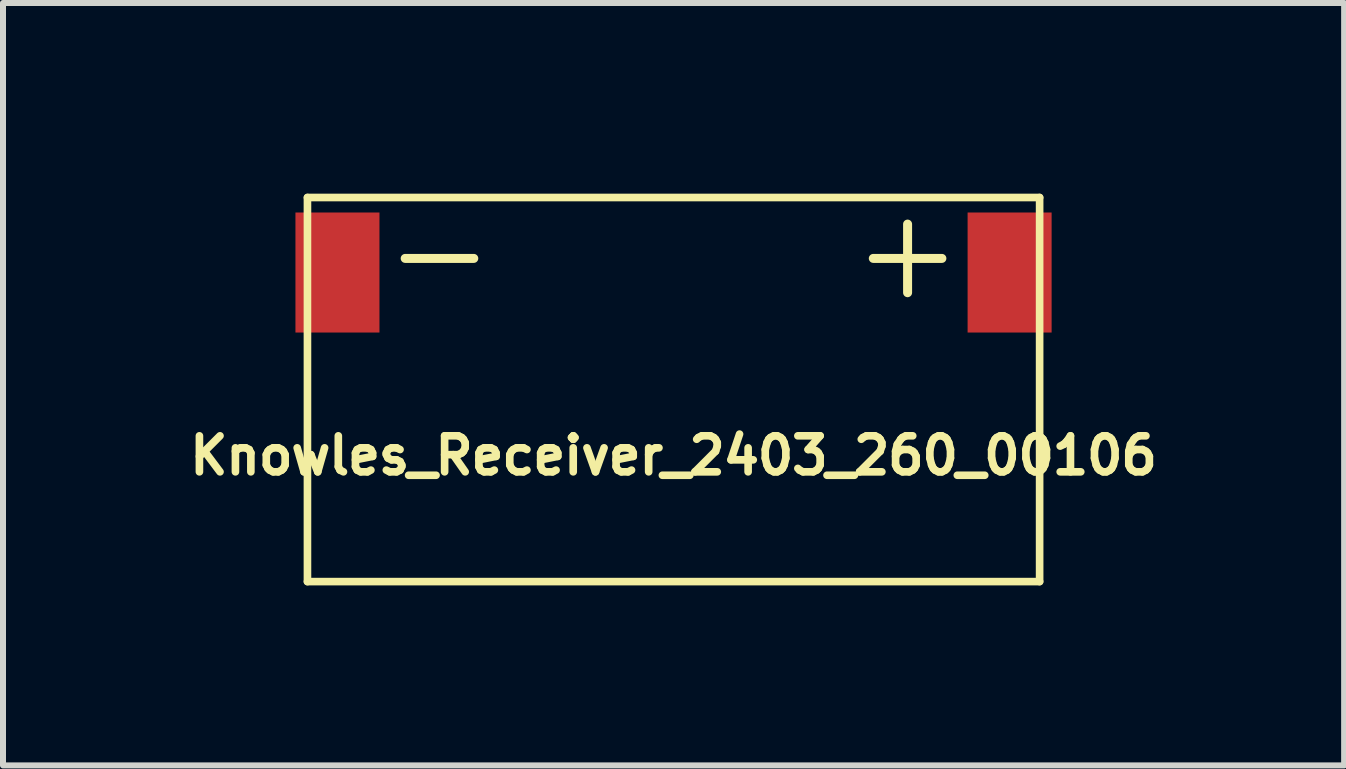
<source format=kicad_pcb>
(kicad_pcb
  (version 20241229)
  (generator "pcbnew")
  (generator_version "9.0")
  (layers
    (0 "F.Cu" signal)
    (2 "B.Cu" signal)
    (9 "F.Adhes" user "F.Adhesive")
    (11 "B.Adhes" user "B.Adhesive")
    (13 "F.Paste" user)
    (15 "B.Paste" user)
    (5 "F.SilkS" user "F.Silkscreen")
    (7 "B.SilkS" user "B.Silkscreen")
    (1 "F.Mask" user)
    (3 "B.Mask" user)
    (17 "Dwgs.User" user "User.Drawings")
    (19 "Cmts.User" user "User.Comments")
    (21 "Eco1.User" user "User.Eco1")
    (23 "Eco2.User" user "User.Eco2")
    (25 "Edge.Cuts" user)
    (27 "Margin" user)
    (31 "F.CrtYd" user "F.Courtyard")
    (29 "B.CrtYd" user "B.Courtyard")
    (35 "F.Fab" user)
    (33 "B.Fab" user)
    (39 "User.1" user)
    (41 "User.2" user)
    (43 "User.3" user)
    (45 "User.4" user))
  (footprint "Knowles_Receiver_2403_260_00106"
    (layer "F.Cu")
    (at 8.173 3.441)
    (property "Reference" "Knowles_Receiver_2403_260_00106" (at 0 1.1 0) (layer "F.SilkS") (effects (font (size 0.6 0.6) (thickness 0.127))))
    (attr through_hole)
    (fp_line (start -6.1 -3.2) (end -6.1 3.2) (stroke (width 0.127) (type solid)) (layer "F.SilkS"))
    (fp_line (start -6.1 -3.2) (end 6.1 -3.2) (stroke (width 0.127) (type solid)) (layer "F.SilkS"))
    (fp_line (start -6.1 3.2) (end 6.1 3.2) (stroke (width 0.127) (type solid)) (layer "F.SilkS"))
    (fp_line (start 6.1 3.2) (end 6.1 -3.2) (stroke (width 0.127) (type solid)) (layer "F.SilkS"))
    (fp_text user "+" (at 3.9 -2.3 0) (layer "F.SilkS") (effects (font (size 1.5 1.5) (thickness 0.15))))
    (fp_text user "-" (at -3.9 -2.3 0) (layer "F.SilkS") (effects (font (size 1.5 1.5) (thickness 0.15))))
    (pad "1" connect rect (at -5.6 -1.95) (size 1.4 2) (layers "F.Cu" "F.Mask"))
    (pad "2" connect rect (at 5.6 -1.95) (size 1.4 2) (layers "F.Cu" "F.Mask")))
  (gr_rect
    (start -3 -3)
    (end 19.347 9.704)
    (stroke (width 0.1) (type default))
    (fill no)
    (layer "Edge.Cuts")))
</source>
